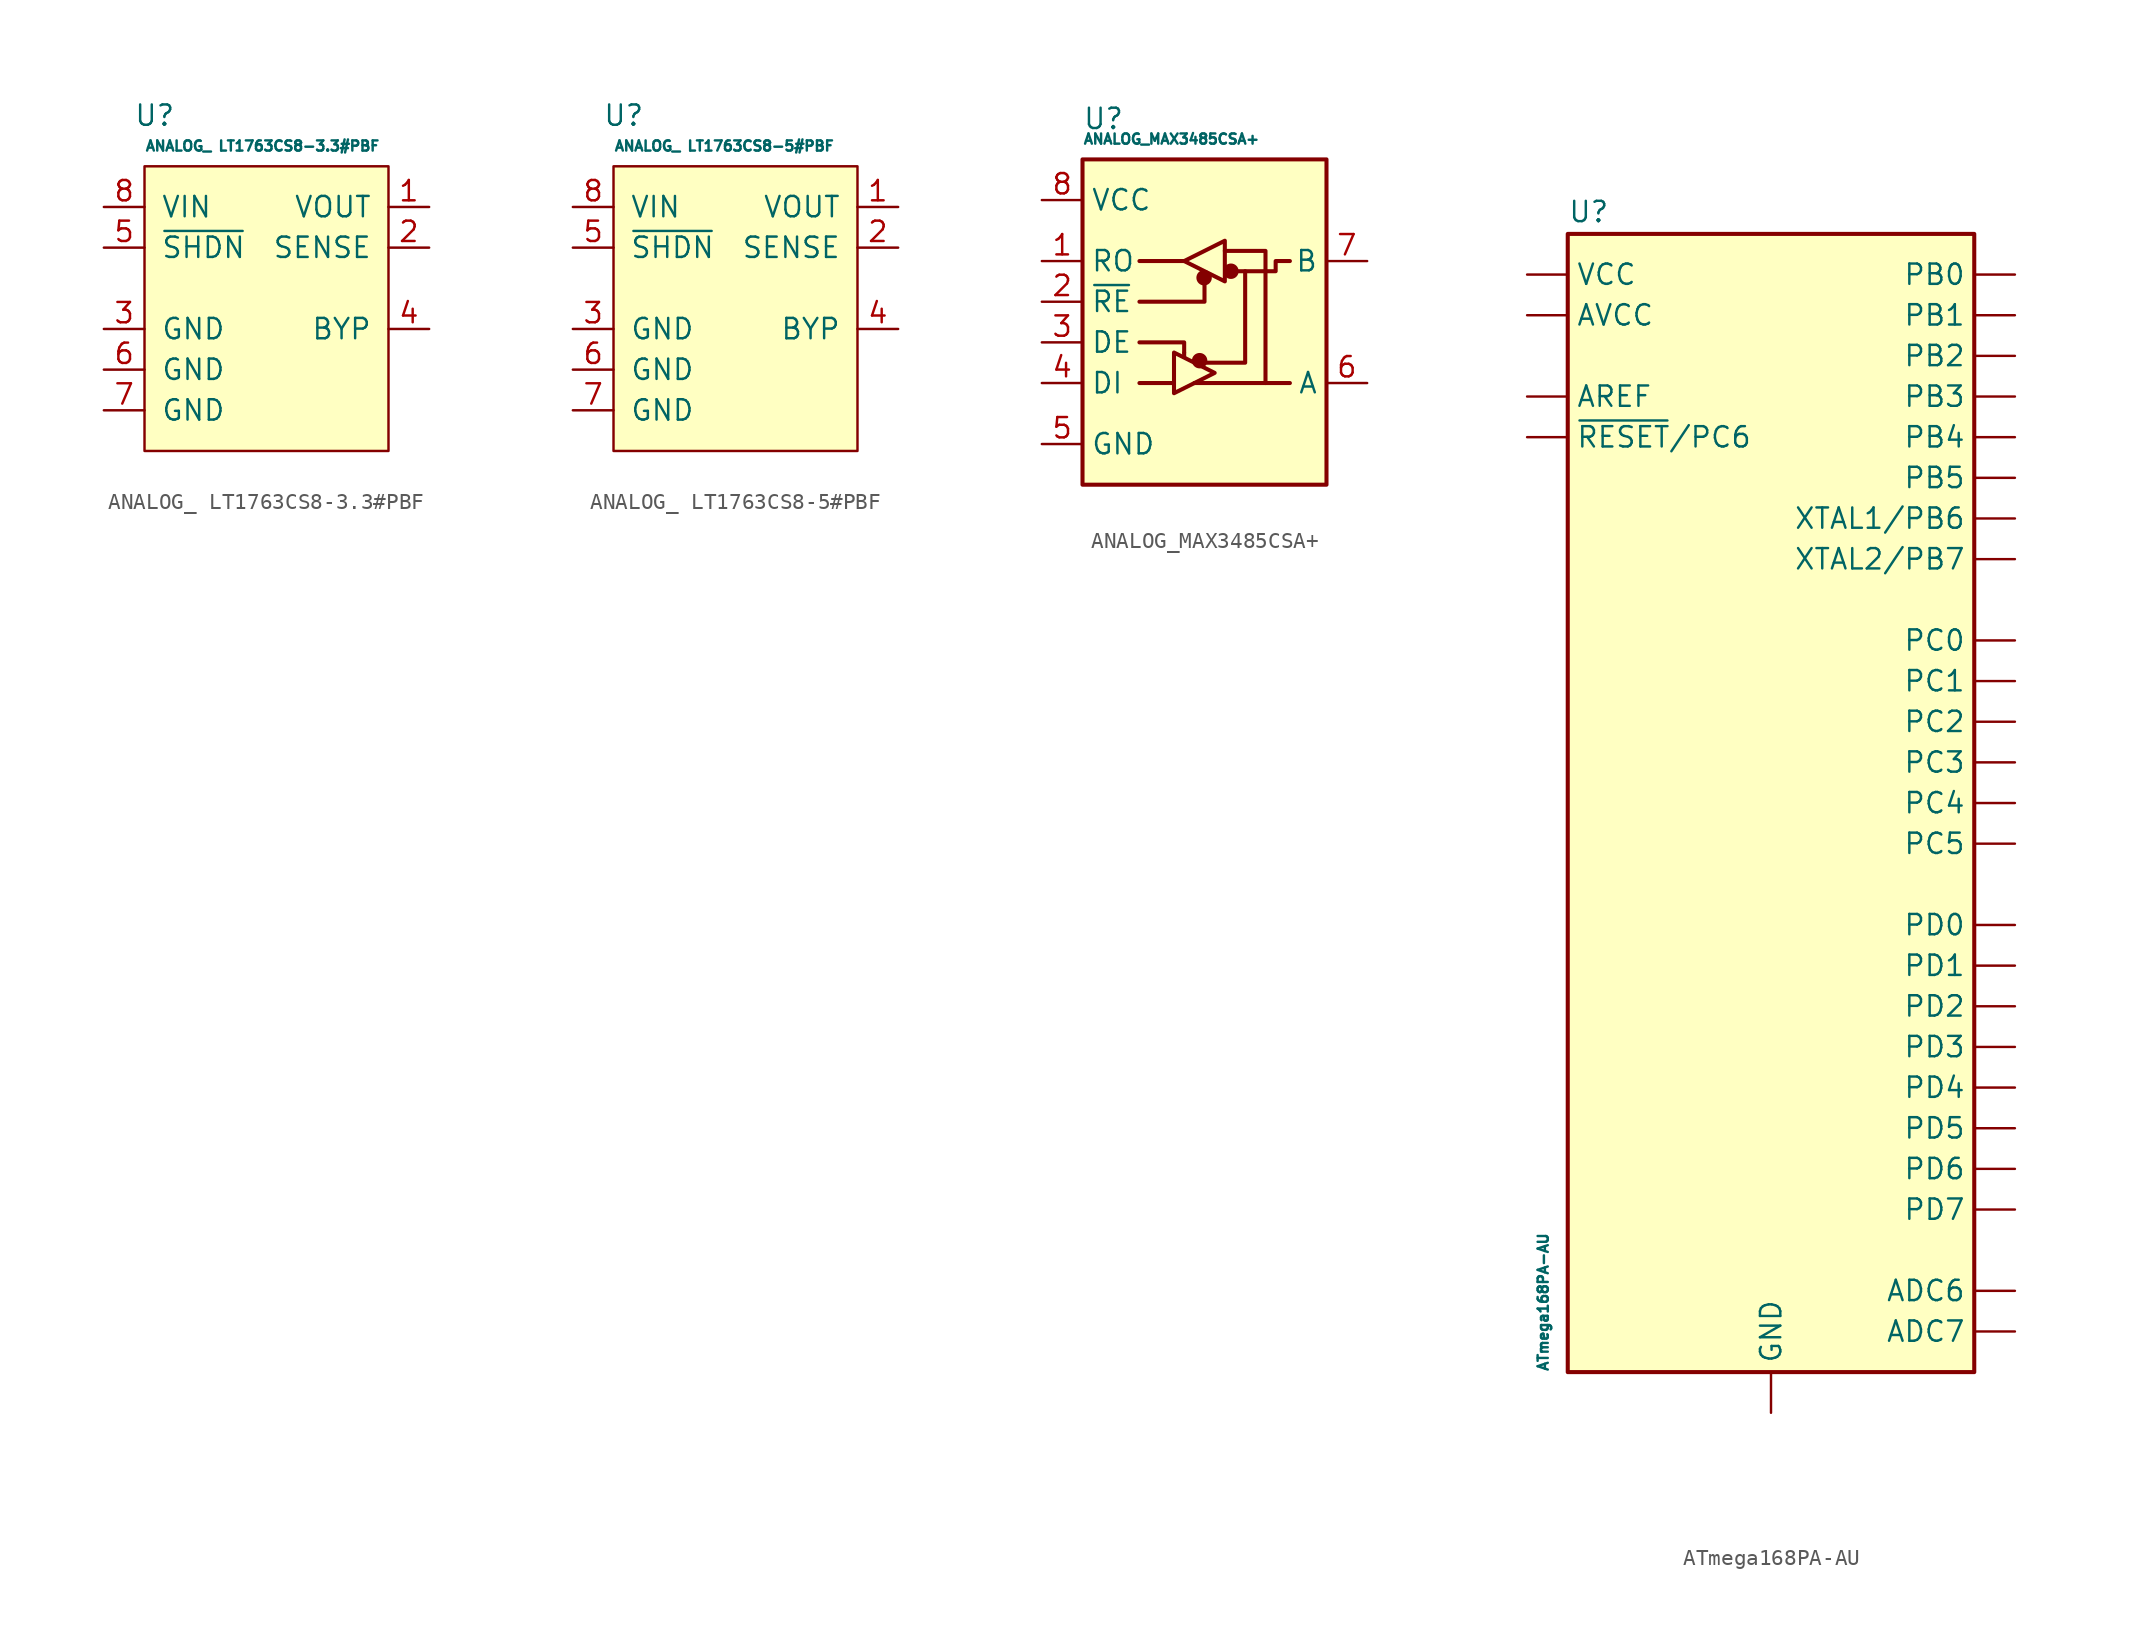
<source format=kicad_sym>
(kicad_symbol_lib
  (version 20231120)
  (generator "kicad_symbol_editor")
  (generator_version "8.0")
  (symbol "ANALOG_ LT1763CS8-3.3#PBF"
    (pin_names
      (offset 1.016))
    (property "Reference" "U"
      (at -6.985 5.715 0)
      (effects (font (size 1.27 1.27))))
    (property "Value" "ANALOG_ LT1763CS8-3.3#PBF"
      (at -7.62 3.81 0)
      (effects (font (size 0.635 0.635)) (justify left)))
    (symbol "ANALOG_ LT1763CS8-3.3#PBF_0_1"
      (rectangle (start -7.62 2.54) (end 7.62 -15.24) (stroke (width 0) (type default)) (fill (type background))))
    (symbol "ANALOG_ LT1763CS8-3.3#PBF_1_1"
      (pin output line (at 10.16 0 180) (length 2.54) (name "VOUT" (effects (font (size 1.27 1.27)))) (number "1" (effects (font (size 1.27 1.27)))))
      (pin input line (at 10.16 -2.54 180) (length 2.54) (name "SENSE" (effects (font (size 1.27 1.27)))) (number "2" (effects (font (size 1.27 1.27)))))
      (pin output line (at -10.16 -7.62 0) (length 2.54) (name "GND" (effects (font (size 1.27 1.27)))) (number "3" (effects (font (size 1.27 1.27)))))
      (pin input line (at 10.16 -7.62 180) (length 2.54) (name "BYP" (effects (font (size 1.27 1.27)))) (number "4" (effects (font (size 1.27 1.27)))))
      (pin input line (at -10.16 -2.54 0) (length 2.54) (name "~{SHDN}" (effects (font (size 1.27 1.27)))) (number "5" (effects (font (size 1.27 1.27)))))
      (pin output line (at -10.16 -10.16 0) (length 2.54) (name "GND" (effects (font (size 1.27 1.27)))) (number "6" (effects (font (size 1.27 1.27)))))
      (pin output line (at -10.16 -12.7 0) (length 2.54) (name "GND" (effects (font (size 1.27 1.27)))) (number "7" (effects (font (size 1.27 1.27)))))
      (pin input line (at -10.16 0 0) (length 2.54) (name "VIN" (effects (font (size 1.27 1.27)))) (number "8" (effects (font (size 1.27 1.27)))))))
  (symbol "ANALOG_ LT1763CS8-5#PBF"
    (pin_names
      (offset 1.016))
    (property "Reference" "U"
      (at -6.985 5.715 0)
      (effects (font (size 1.27 1.27))))
    (property "Value" "ANALOG_ LT1763CS8-5#PBF"
      (at -7.62 3.81 0)
      (effects (font (size 0.635 0.635)) (justify left)))
    (symbol "ANALOG_ LT1763CS8-5#PBF_0_1"
      (rectangle (start -7.62 2.54) (end 7.62 -15.24) (stroke (width 0) (type default)) (fill (type background))))
    (symbol "ANALOG_ LT1763CS8-5#PBF_1_1"
      (pin output line (at 10.16 0 180) (length 2.54) (name "VOUT" (effects (font (size 1.27 1.27)))) (number "1" (effects (font (size 1.27 1.27)))))
      (pin input line (at 10.16 -2.54 180) (length 2.54) (name "SENSE" (effects (font (size 1.27 1.27)))) (number "2" (effects (font (size 1.27 1.27)))))
      (pin output line (at -10.16 -7.62 0) (length 2.54) (name "GND" (effects (font (size 1.27 1.27)))) (number "3" (effects (font (size 1.27 1.27)))))
      (pin input line (at 10.16 -7.62 180) (length 2.54) (name "BYP" (effects (font (size 1.27 1.27)))) (number "4" (effects (font (size 1.27 1.27)))))
      (pin input line (at -10.16 -2.54 0) (length 2.54) (name "~{SHDN}" (effects (font (size 1.27 1.27)))) (number "5" (effects (font (size 1.27 1.27)))))
      (pin output line (at -10.16 -10.16 0) (length 2.54) (name "GND" (effects (font (size 1.27 1.27)))) (number "6" (effects (font (size 1.27 1.27)))))
      (pin output line (at -10.16 -12.7 0) (length 2.54) (name "GND" (effects (font (size 1.27 1.27)))) (number "7" (effects (font (size 1.27 1.27)))))
      (pin input line (at -10.16 0 0) (length 2.54) (name "VIN" (effects (font (size 1.27 1.27)))) (number "8" (effects (font (size 1.27 1.27)))))))
  (symbol "ANALOG_MAX3485CSA+"
    (property "Reference" "U"
      (at -7.62 11.43 0)
      (effects (font (size 1.27 1.27)) (justify left)))
    (property "Value" "ANALOG_MAX3485CSA+"
      (at -7.62 10.16 0)
      (effects (font (size 0.635 0.635)) (justify left)))
    (symbol "ANALOG_MAX3485CSA+_0_1"
      (rectangle (start -7.62 8.89) (end 7.62 -11.43) (stroke (width 0.254) (type default)) (fill (type background)))
      (circle (center -0.305 -3.683) (radius 0.356) (stroke (width 0.254) (type default)) (fill (type outline)))
      (circle (center -0.025 1.499) (radius 0.356) (stroke (width 0.254) (type default)) (fill (type outline)))
      (polyline (pts (xy -4.064 -5.08) (xy -1.905 -5.08)) (stroke (width 0.254) (type default)) (fill (type none)))
      (polyline (pts (xy -4.064 2.54) (xy -1.27 2.54)) (stroke (width 0.254) (type default)) (fill (type none)))
      (polyline (pts (xy -1.27 -3.2) (xy -1.27 -3.454)) (stroke (width 0.254) (type default)) (fill (type none)))
      (polyline (pts (xy -0.635 -5.08) (xy 5.334 -5.08)) (stroke (width 0.254) (type default)) (fill (type none)))
      (polyline (pts (xy -4.064 -2.54) (xy -1.27 -2.54) (xy -1.27 -3.175)) (stroke (width 0.254) (type default)) (fill (type none)))
      (polyline (pts (xy 0 1.27) (xy 0 0) (xy -4.064 0)) (stroke (width 0.254) (type default)) (fill (type none)))
      (polyline (pts (xy 1.27 3.175) (xy 3.81 3.175) (xy 3.81 -5.08)) (stroke (width 0.254) (type default)) (fill (type none)))
      (polyline (pts (xy 2.54 1.905) (xy 2.54 -3.81) (xy 0 -3.81)) (stroke (width 0.254) (type default)) (fill (type none)))
      (polyline (pts (xy -1.905 -3.175) (xy -1.905 -5.715) (xy 0.635 -4.445) (xy -1.905 -3.175)) (stroke (width 0.254) (type default)) (fill (type none)))
      (polyline (pts (xy -1.27 2.54) (xy 1.27 3.81) (xy 1.27 1.27) (xy -1.27 2.54)) (stroke (width 0.254) (type default)) (fill (type none)))
      (polyline (pts (xy 1.905 1.905) (xy 4.445 1.905) (xy 4.445 2.54) (xy 5.334 2.54)) (stroke (width 0.254) (type default)) (fill (type none)))
      (rectangle (start 1.27 3.175) (end 1.27 3.175) (stroke (width 0) (type default)) (fill (type none)))
      (circle (center 1.651 1.905) (radius 0.356) (stroke (width 0.254) (type default)) (fill (type outline))))
    (symbol "ANALOG_MAX3485CSA+_1_1"
      (pin output line (at -10.16 2.54 0) (length 2.54) (name "RO" (effects (font (size 1.27 1.27)))) (number "1" (effects (font (size 1.27 1.27)))))
      (pin input line (at -10.16 0 0) (length 2.54) (name "~{RE}" (effects (font (size 1.27 1.27)))) (number "2" (effects (font (size 1.27 1.27)))))
      (pin input line (at -10.16 -2.54 0) (length 2.54) (name "DE" (effects (font (size 1.27 1.27)))) (number "3" (effects (font (size 1.27 1.27)))))
      (pin input line (at -10.16 -5.08 0) (length 2.54) (name "DI" (effects (font (size 1.27 1.27)))) (number "4" (effects (font (size 1.27 1.27)))))
      (pin power_in line (at -10.16 -8.89 0) (length 2.54) (name "GND" (effects (font (size 1.27 1.27)))) (number "5" (effects (font (size 1.27 1.27)))))
      (pin bidirectional line (at 10.16 -5.08 180) (length 2.54) (name "A" (effects (font (size 1.27 1.27)))) (number "6" (effects (font (size 1.27 1.27)))))
      (pin bidirectional line (at 10.16 2.54 180) (length 2.54) (name "B" (effects (font (size 1.27 1.27)))) (number "7" (effects (font (size 1.27 1.27)))))
      (pin power_in line (at -10.16 6.35 0) (length 2.54) (name "VCC" (effects (font (size 1.27 1.27)))) (number "8" (effects (font (size 1.27 1.27)))))))
  (symbol "ATmega168PA-AU"
    (pin_numbers hide)
    (property "Reference" "U"
      (at -12.7 33.655 0)
      (effects (font (size 1.27 1.27)) (justify left bottom)))
    (property "Value" "ATmega168PA-AU"
      (at -14.605 -38.1 90)
      (effects (font (size 0.635 0.635)) (justify left top)))
    (symbol "ATmega168PA-AU_0_1"
      (rectangle (start -12.7 -38.1) (end 12.7 33.02) (stroke (width 0.254) (type default)) (fill (type background))))
    (symbol "ATmega168PA-AU_1_1"
      (pin bidirectional line (at 15.24 -17.78 180) (length 2.54) (name "PD3" (effects (font (size 1.27 1.27)))) (number "1" (effects (font (size 1.27 1.27)))))
      (pin bidirectional line (at 15.24 -25.4 180) (length 2.54) (name "PD6" (effects (font (size 1.27 1.27)))) (number "10" (effects (font (size 1.27 1.27)))))
      (pin bidirectional line (at 15.24 -27.94 180) (length 2.54) (name "PD7" (effects (font (size 1.27 1.27)))) (number "11" (effects (font (size 1.27 1.27)))))
      (pin bidirectional line (at 15.24 30.48 180) (length 2.54) (name "PB0" (effects (font (size 1.27 1.27)))) (number "12" (effects (font (size 1.27 1.27)))))
      (pin bidirectional line (at 15.24 27.94 180) (length 2.54) (name "PB1" (effects (font (size 1.27 1.27)))) (number "13" (effects (font (size 1.27 1.27)))))
      (pin bidirectional line (at 15.24 25.4 180) (length 2.54) (name "PB2" (effects (font (size 1.27 1.27)))) (number "14" (effects (font (size 1.27 1.27)))))
      (pin bidirectional line (at 15.24 22.86 180) (length 2.54) (name "PB3" (effects (font (size 1.27 1.27)))) (number "15" (effects (font (size 1.27 1.27)))))
      (pin bidirectional line (at 15.24 20.32 180) (length 2.54) (name "PB4" (effects (font (size 1.27 1.27)))) (number "16" (effects (font (size 1.27 1.27)))))
      (pin bidirectional line (at 15.24 17.78 180) (length 2.54) (name "PB5" (effects (font (size 1.27 1.27)))) (number "17" (effects (font (size 1.27 1.27)))))
      (pin power_in line (at -15.24 27.94 0) (length 2.54) (name "AVCC" (effects (font (size 1.27 1.27)))) (number "18" (effects (font (size 1.27 1.27)))))
      (pin input line (at 15.24 -33.02 180) (length 2.54) (name "ADC6" (effects (font (size 1.27 1.27)))) (number "19" (effects (font (size 1.27 1.27)))))
      (pin bidirectional line (at 15.24 -20.32 180) (length 2.54) (name "PD4" (effects (font (size 1.27 1.27)))) (number "2" (effects (font (size 1.27 1.27)))))
      (pin passive line (at -15.24 22.86 0) (length 2.54) (name "AREF" (effects (font (size 1.27 1.27)))) (number "20" (effects (font (size 1.27 1.27)))))
      (pin passive line (at 0 -38.1 90) (length 2.54) hide (name "GND" (effects (font (size 1.27 1.27)))) (number "21" (effects (font (size 1.27 1.27)))))
      (pin input line (at 15.24 -35.56 180) (length 2.54) (name "ADC7" (effects (font (size 1.27 1.27)))) (number "22" (effects (font (size 1.27 1.27)))))
      (pin bidirectional line (at 15.24 7.62 180) (length 2.54) (name "PC0" (effects (font (size 1.27 1.27)))) (number "23" (effects (font (size 1.27 1.27)))))
      (pin bidirectional line (at 15.24 5.08 180) (length 2.54) (name "PC1" (effects (font (size 1.27 1.27)))) (number "24" (effects (font (size 1.27 1.27)))))
      (pin bidirectional line (at 15.24 2.54 180) (length 2.54) (name "PC2" (effects (font (size 1.27 1.27)))) (number "25" (effects (font (size 1.27 1.27)))))
      (pin bidirectional line (at 15.24 0 180) (length 2.54) (name "PC3" (effects (font (size 1.27 1.27)))) (number "26" (effects (font (size 1.27 1.27)))))
      (pin bidirectional line (at 15.24 -2.54 180) (length 2.54) (name "PC4" (effects (font (size 1.27 1.27)))) (number "27" (effects (font (size 1.27 1.27)))))
      (pin bidirectional line (at 15.24 -5.08 180) (length 2.54) (name "PC5" (effects (font (size 1.27 1.27)))) (number "28" (effects (font (size 1.27 1.27)))))
      (pin bidirectional line (at -15.24 20.32 0) (length 2.54) (name "~{RESET}/PC6" (effects (font (size 1.27 1.27)))) (number "29" (effects (font (size 1.27 1.27)))))
      (pin power_in line (at 0 -40.64 90) (length 2.54) (name "GND" (effects (font (size 1.27 1.27)))) (number "3" (effects (font (size 1.27 1.27)))))
      (pin bidirectional line (at 15.24 -10.16 180) (length 2.54) (name "PD0" (effects (font (size 1.27 1.27)))) (number "30" (effects (font (size 1.27 1.27)))))
      (pin bidirectional line (at 15.24 -12.7 180) (length 2.54) (name "PD1" (effects (font (size 1.27 1.27)))) (number "31" (effects (font (size 1.27 1.27)))))
      (pin bidirectional line (at 15.24 -15.24 180) (length 2.54) (name "PD2" (effects (font (size 1.27 1.27)))) (number "32" (effects (font (size 1.27 1.27)))))
      (pin power_in line (at -15.24 30.48 0) (length 2.54) (name "VCC" (effects (font (size 1.27 1.27)))) (number "4" (effects (font (size 1.27 1.27)))))
      (pin passive line (at 0 -38.1 90) (length 2.54) hide (name "GND" (effects (font (size 1.27 1.27)))) (number "5" (effects (font (size 1.27 1.27)))))
      (pin passive line (at 0 35.56 270) (length 2.54) hide (name "VCC" (effects (font (size 1.27 1.27)))) (number "6" (effects (font (size 1.27 1.27)))))
      (pin bidirectional line (at 15.24 15.24 180) (length 2.54) (name "XTAL1/PB6" (effects (font (size 1.27 1.27)))) (number "7" (effects (font (size 1.27 1.27)))))
      (pin bidirectional line (at 15.24 12.7 180) (length 2.54) (name "XTAL2/PB7" (effects (font (size 1.27 1.27)))) (number "8" (effects (font (size 1.27 1.27)))))
      (pin bidirectional line (at 15.24 -22.86 180) (length 2.54) (name "PD5" (effects (font (size 1.27 1.27)))) (number "9" (effects (font (size 1.27 1.27))))))))
</source>
